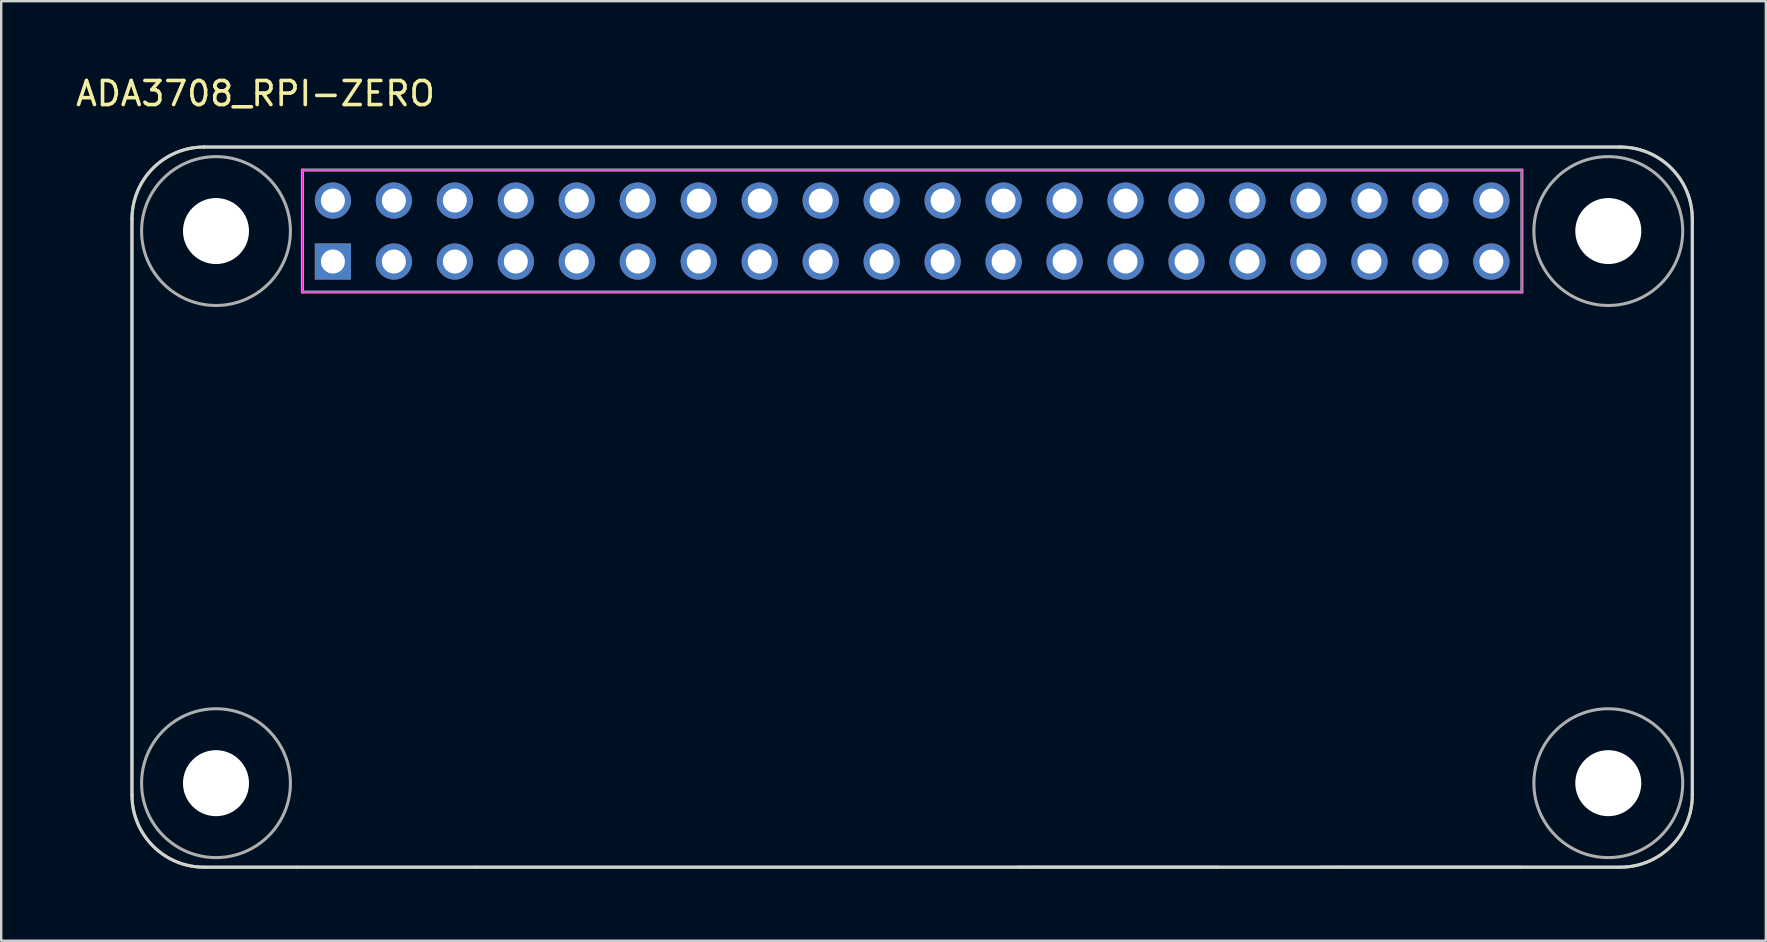
<source format=kicad_pcb>
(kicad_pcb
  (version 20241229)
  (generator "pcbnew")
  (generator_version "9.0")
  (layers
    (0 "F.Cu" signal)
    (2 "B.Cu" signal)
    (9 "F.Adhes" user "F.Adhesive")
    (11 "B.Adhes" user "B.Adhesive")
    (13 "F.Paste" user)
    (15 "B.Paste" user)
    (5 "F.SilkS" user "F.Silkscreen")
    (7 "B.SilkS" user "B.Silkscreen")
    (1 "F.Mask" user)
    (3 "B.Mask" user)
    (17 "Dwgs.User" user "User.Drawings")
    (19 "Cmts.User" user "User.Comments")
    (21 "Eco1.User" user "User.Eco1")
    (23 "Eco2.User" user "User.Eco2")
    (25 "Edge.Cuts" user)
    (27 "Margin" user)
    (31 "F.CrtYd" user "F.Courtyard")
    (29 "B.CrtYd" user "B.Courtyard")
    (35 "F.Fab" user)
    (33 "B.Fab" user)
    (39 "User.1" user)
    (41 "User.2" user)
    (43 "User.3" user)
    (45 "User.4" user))
  (footprint "ADA3708_RPI-ZERO"
    (layer "F.Cu")
    (at 34.948 6.575)
    (property "Reference" "ADA3708_RPI-ZERO" (at -27.357 -5.726 0) (layer "F.SilkS") (effects (font (size 1.002 1.002) (thickness 0.15))))
    (attr through_hole)
    (fp_line (start -32.5 -0.5) (end -32.5 23.5) (stroke (width 0.127) (type solid)) (layer "Edge.Cuts"))
    (fp_line (start -29.5 26.5) (end 29.5 26.5) (stroke (width 0.127) (type solid)) (layer "Edge.Cuts"))
    (fp_line (start 29.5 -3.5) (end -29.5 -3.5) (stroke (width 0.127) (type solid)) (layer "Edge.Cuts"))
    (fp_line (start 32.5 23.5) (end 32.5 -0.5) (stroke (width 0.127) (type solid)) (layer "Edge.Cuts"))
    (fp_arc (start -32.5 -0.5) (mid -31.621321 -2.621321) (end -29.5 -3.5) (stroke (width 0.127) (type solid)) (layer "Edge.Cuts"))
    (fp_arc (start -29.5 26.5) (mid -31.621321 25.621321) (end -32.5 23.5) (stroke (width 0.127) (type solid)) (layer "Edge.Cuts"))
    (fp_arc (start 29.5 -3.5) (mid 31.621321 -2.621321) (end 32.5 -0.5) (stroke (width 0.127) (type solid)) (layer "Edge.Cuts"))
    (fp_arc (start 32.5 23.5) (mid 31.621321 25.621321) (end 29.5 26.5) (stroke (width 0.127) (type solid)) (layer "Edge.Cuts"))
    (fp_line (start -25.4 -2.54) (end 25.4 -2.54) (stroke (width 0.05) (type solid)) (layer "F.CrtYd"))
    (fp_line (start -25.4 2.54) (end -25.4 -2.54) (stroke (width 0.05) (type solid)) (layer "F.CrtYd"))
    (fp_line (start 25.4 -2.54) (end 25.4 2.54) (stroke (width 0.05) (type solid)) (layer "F.CrtYd"))
    (fp_line (start 25.4 2.54) (end -25.4 2.54) (stroke (width 0.05) (type solid)) (layer "F.CrtYd"))
    (fp_line (start -32.5 -0.5) (end -32.5 23.5) (stroke (width 0.127) (type solid)) (layer "F.Fab"))
    (fp_line (start -29.5 26.5) (end -25.65 26.5) (stroke (width 0.127) (type solid)) (layer "F.Fab"))
    (fp_line (start -25.65 26.5) (end -18.15 26.5) (stroke (width 0.127) (type solid)) (layer "F.Fab"))
    (fp_line (start -25.4 -2.54) (end -25.4 2.54) (stroke (width 0.127) (type solid)) (layer "F.Fab"))
    (fp_line (start -25.4 2.54) (end 25.4 2.54) (stroke (width 0.127) (type solid)) (layer "F.Fab"))
    (fp_line (start -18.15 26.5) (end 29.5 26.5) (stroke (width 0.127) (type solid)) (layer "F.Fab"))
    (fp_line (start 4.4 26.5) (end 5.25 26.5) (stroke (width 0.127) (type solid)) (layer "F.Fab"))
    (fp_line (start 5.25 26.5) (end 12.75 26.5) (stroke (width 0.127) (type solid)) (layer "F.Fab"))
    (fp_line (start 17 26.5) (end 17.85 26.5) (stroke (width 0.127) (type solid)) (layer "F.Fab"))
    (fp_line (start 17.85 26.5) (end 25.35 26.5) (stroke (width 0.127) (type solid)) (layer "F.Fab"))
    (fp_line (start 25.4 -2.54) (end -25.4 -2.54) (stroke (width 0.127) (type solid)) (layer "F.Fab"))
    (fp_line (start 25.4 2.54) (end 25.4 -2.54) (stroke (width 0.127) (type solid)) (layer "F.Fab"))
    (fp_line (start 29.5 -3.5) (end -29.5 -3.5) (stroke (width 0.127) (type solid)) (layer "F.Fab"))
    (fp_line (start 32.5 23.5) (end 32.5 -0.5) (stroke (width 0.127) (type solid)) (layer "F.Fab"))
    (fp_arc (start -32.5 -0.5) (mid -31.62132 -2.62132) (end -29.5 -3.5) (stroke (width 0.127) (type solid)) (layer "F.Fab"))
    (fp_arc (start -29.5 26.5) (mid -31.62132 25.62132) (end -32.5 23.5) (stroke (width 0.127) (type solid)) (layer "F.Fab"))
    (fp_arc (start 29.5 -3.5) (mid 31.62132 -2.62132) (end 32.5 -0.5) (stroke (width 0.127) (type solid)) (layer "F.Fab"))
    (fp_arc (start 32.5 23.5) (mid 31.62132 25.62132) (end 29.5 26.5) (stroke (width 0.127) (type solid)) (layer "F.Fab"))
    (fp_circle (center -29 0) (end -25.9 0) (stroke (width 0.127) (type solid)) (fill no) (layer "F.Fab"))
    (fp_circle (center -29 23) (end -25.9 23) (stroke (width 0.127) (type solid)) (fill no) (layer "F.Fab"))
    (fp_circle (center 29 0) (end 32.1 0) (stroke (width 0.127) (type solid)) (fill no) (layer "F.Fab"))
    (fp_circle (center 29 23) (end 32.1 23) (stroke (width 0.127) (type solid)) (fill no) (layer "F.Fab"))
    (pad "" np_thru_hole circle (at -29 0) (size 2.75 2.75) (drill 2.75) (layers "*.Cu" "*.Mask"))
    (pad "" np_thru_hole circle (at -29 23) (size 2.75 2.75) (drill 2.75) (layers "*.Cu" "*.Mask"))
    (pad "" np_thru_hole circle (at 29 0) (size 2.75 2.75) (drill 2.75) (layers "*.Cu" "*.Mask"))
    (pad "" np_thru_hole circle (at 29 23) (size 2.75 2.75) (drill 2.75) (layers "*.Cu" "*.Mask"))
    (pad "1" thru_hole rect (at -24.13 1.27) (size 1.508 1.508) (drill 1) (layers "*.Cu" "*.Mask"))
    (pad "2" thru_hole circle (at -24.13 -1.27) (size 1.508 1.508) (drill 1) (layers "*.Cu" "*.Mask"))
    (pad "3" thru_hole circle (at -21.59 1.27) (size 1.508 1.508) (drill 1) (layers "*.Cu" "*.Mask"))
    (pad "4" thru_hole circle (at -21.59 -1.27) (size 1.508 1.508) (drill 1) (layers "*.Cu" "*.Mask"))
    (pad "5" thru_hole circle (at -19.05 1.27) (size 1.508 1.508) (drill 1) (layers "*.Cu" "*.Mask"))
    (pad "6" thru_hole circle (at -19.05 -1.27) (size 1.508 1.508) (drill 1) (layers "*.Cu" "*.Mask"))
    (pad "7" thru_hole circle (at -16.51 1.27) (size 1.508 1.508) (drill 1) (layers "*.Cu" "*.Mask"))
    (pad "8" thru_hole circle (at -16.51 -1.27) (size 1.508 1.508) (drill 1) (layers "*.Cu" "*.Mask"))
    (pad "9" thru_hole circle (at -13.97 1.27) (size 1.508 1.508) (drill 1) (layers "*.Cu" "*.Mask"))
    (pad "10" thru_hole circle (at -13.97 -1.27) (size 1.508 1.508) (drill 1) (layers "*.Cu" "*.Mask"))
    (pad "11" thru_hole circle (at -11.43 1.27) (size 1.508 1.508) (drill 1) (layers "*.Cu" "*.Mask"))
    (pad "12" thru_hole circle (at -11.43 -1.27) (size 1.508 1.508) (drill 1) (layers "*.Cu" "*.Mask"))
    (pad "13" thru_hole circle (at -8.89 1.27) (size 1.508 1.508) (drill 1) (layers "*.Cu" "*.Mask"))
    (pad "14" thru_hole circle (at -8.89 -1.27) (size 1.508 1.508) (drill 1) (layers "*.Cu" "*.Mask"))
    (pad "15" thru_hole circle (at -6.35 1.27) (size 1.508 1.508) (drill 1) (layers "*.Cu" "*.Mask"))
    (pad "16" thru_hole circle (at -6.35 -1.27) (size 1.508 1.508) (drill 1) (layers "*.Cu" "*.Mask"))
    (pad "17" thru_hole circle (at -3.81 1.27) (size 1.508 1.508) (drill 1) (layers "*.Cu" "*.Mask"))
    (pad "18" thru_hole circle (at -3.81 -1.27) (size 1.508 1.508) (drill 1) (layers "*.Cu" "*.Mask"))
    (pad "19" thru_hole circle (at -1.27 1.27) (size 1.508 1.508) (drill 1) (layers "*.Cu" "*.Mask"))
    (pad "20" thru_hole circle (at -1.27 -1.27) (size 1.508 1.508) (drill 1) (layers "*.Cu" "*.Mask"))
    (pad "21" thru_hole circle (at 1.27 1.27) (size 1.508 1.508) (drill 1) (layers "*.Cu" "*.Mask"))
    (pad "22" thru_hole circle (at 1.27 -1.27) (size 1.508 1.508) (drill 1) (layers "*.Cu" "*.Mask"))
    (pad "23" thru_hole circle (at 3.81 1.27) (size 1.508 1.508) (drill 1) (layers "*.Cu" "*.Mask"))
    (pad "24" thru_hole circle (at 3.81 -1.27) (size 1.508 1.508) (drill 1) (layers "*.Cu" "*.Mask"))
    (pad "25" thru_hole circle (at 6.35 1.27) (size 1.508 1.508) (drill 1) (layers "*.Cu" "*.Mask"))
    (pad "26" thru_hole circle (at 6.35 -1.27) (size 1.508 1.508) (drill 1) (layers "*.Cu" "*.Mask"))
    (pad "27" thru_hole circle (at 8.89 1.27) (size 1.508 1.508) (drill 1) (layers "*.Cu" "*.Mask"))
    (pad "28" thru_hole circle (at 8.89 -1.27) (size 1.508 1.508) (drill 1) (layers "*.Cu" "*.Mask"))
    (pad "29" thru_hole circle (at 11.43 1.27) (size 1.508 1.508) (drill 1) (layers "*.Cu" "*.Mask"))
    (pad "30" thru_hole circle (at 11.43 -1.27) (size 1.508 1.508) (drill 1) (layers "*.Cu" "*.Mask"))
    (pad "31" thru_hole circle (at 13.97 1.27) (size 1.508 1.508) (drill 1) (layers "*.Cu" "*.Mask"))
    (pad "32" thru_hole circle (at 13.97 -1.27) (size 1.508 1.508) (drill 1) (layers "*.Cu" "*.Mask"))
    (pad "33" thru_hole circle (at 16.51 1.27) (size 1.508 1.508) (drill 1) (layers "*.Cu" "*.Mask"))
    (pad "34" thru_hole circle (at 16.51 -1.27) (size 1.508 1.508) (drill 1) (layers "*.Cu" "*.Mask"))
    (pad "35" thru_hole circle (at 19.05 1.27) (size 1.508 1.508) (drill 1) (layers "*.Cu" "*.Mask"))
    (pad "36" thru_hole circle (at 19.05 -1.27) (size 1.508 1.508) (drill 1) (layers "*.Cu" "*.Mask"))
    (pad "37" thru_hole circle (at 21.59 1.27) (size 1.508 1.508) (drill 1) (layers "*.Cu" "*.Mask"))
    (pad "38" thru_hole circle (at 21.59 -1.27) (size 1.508 1.508) (drill 1) (layers "*.Cu" "*.Mask"))
    (pad "39" thru_hole circle (at 24.13 1.27) (size 1.508 1.508) (drill 1) (layers "*.Cu" "*.Mask"))
    (pad "40" thru_hole circle (at 24.13 -1.27) (size 1.508 1.508) (drill 1) (layers "*.Cu" "*.Mask")))
  (gr_rect
    (start -3 -3)
    (end 70.511 36.139)
    (stroke (width 0.1) (type default))
    (fill no)
    (layer "Edge.Cuts")))
</source>
